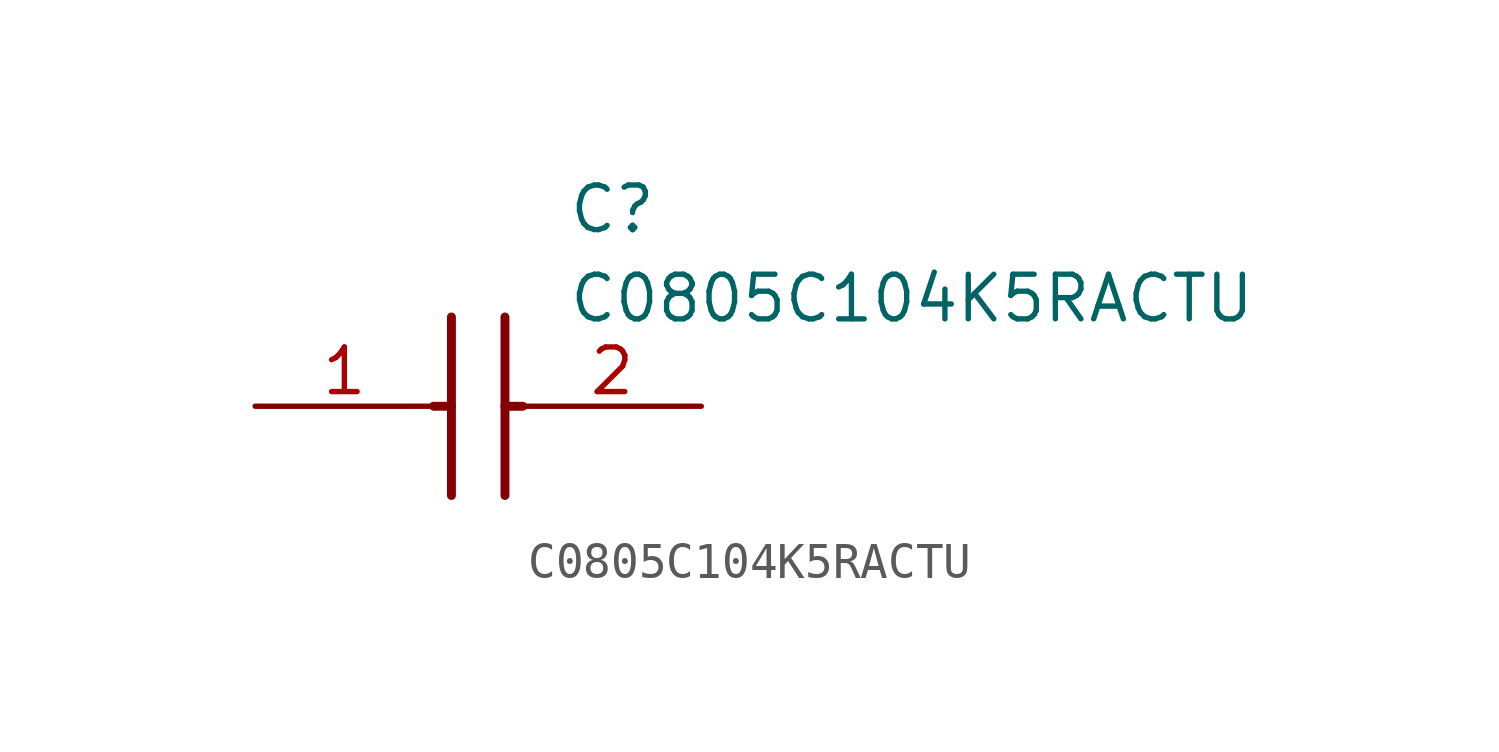
<source format=kicad_sym>
(kicad_symbol_lib
  (version 20211014)
  (generator SamacSys_ECAD_Model)
  (symbol "C0805C104K5RACTU"
    (pin_names hide)
    (property "Reference" "C"
      (at 8.89 6.35 0)
      (effects (font (size 1.27 1.27)) (justify left top)))
    (property "Value" "C0805C104K5RACTU"
      (at 8.89 3.81 0)
      (effects (font (size 1.27 1.27)) (justify left top)))
    (polyline
      (pts (xy 5.588 2.54) (xy 5.588 -2.54))
      (stroke (width 0.254) (type default))
      (fill (type none)))
    (polyline
      (pts (xy 7.112 2.54) (xy 7.112 -2.54))
      (stroke (width 0.254) (type default))
      (fill (type none)))
    (polyline
      (pts (xy 5.08 0) (xy 5.588 0))
      (stroke (width 0.254) (type default))
      (fill (type none)))
    (polyline
      (pts (xy 7.112 0) (xy 7.62 0))
      (stroke (width 0.254) (type default))
      (fill (type none)))
    (pin passive line
      (at 0 0 0)
      (length 5.08)
      (name "1" (effects (font (size 1.27 1.27))))
      (number "1" (effects (font (size 1.27 1.27)))))
    (pin passive line
      (at 12.7 0 180)
      (length 5.08)
      (name "2" (effects (font (size 1.27 1.27))))
      (number "2" (effects (font (size 1.27 1.27)))))))
</source>
